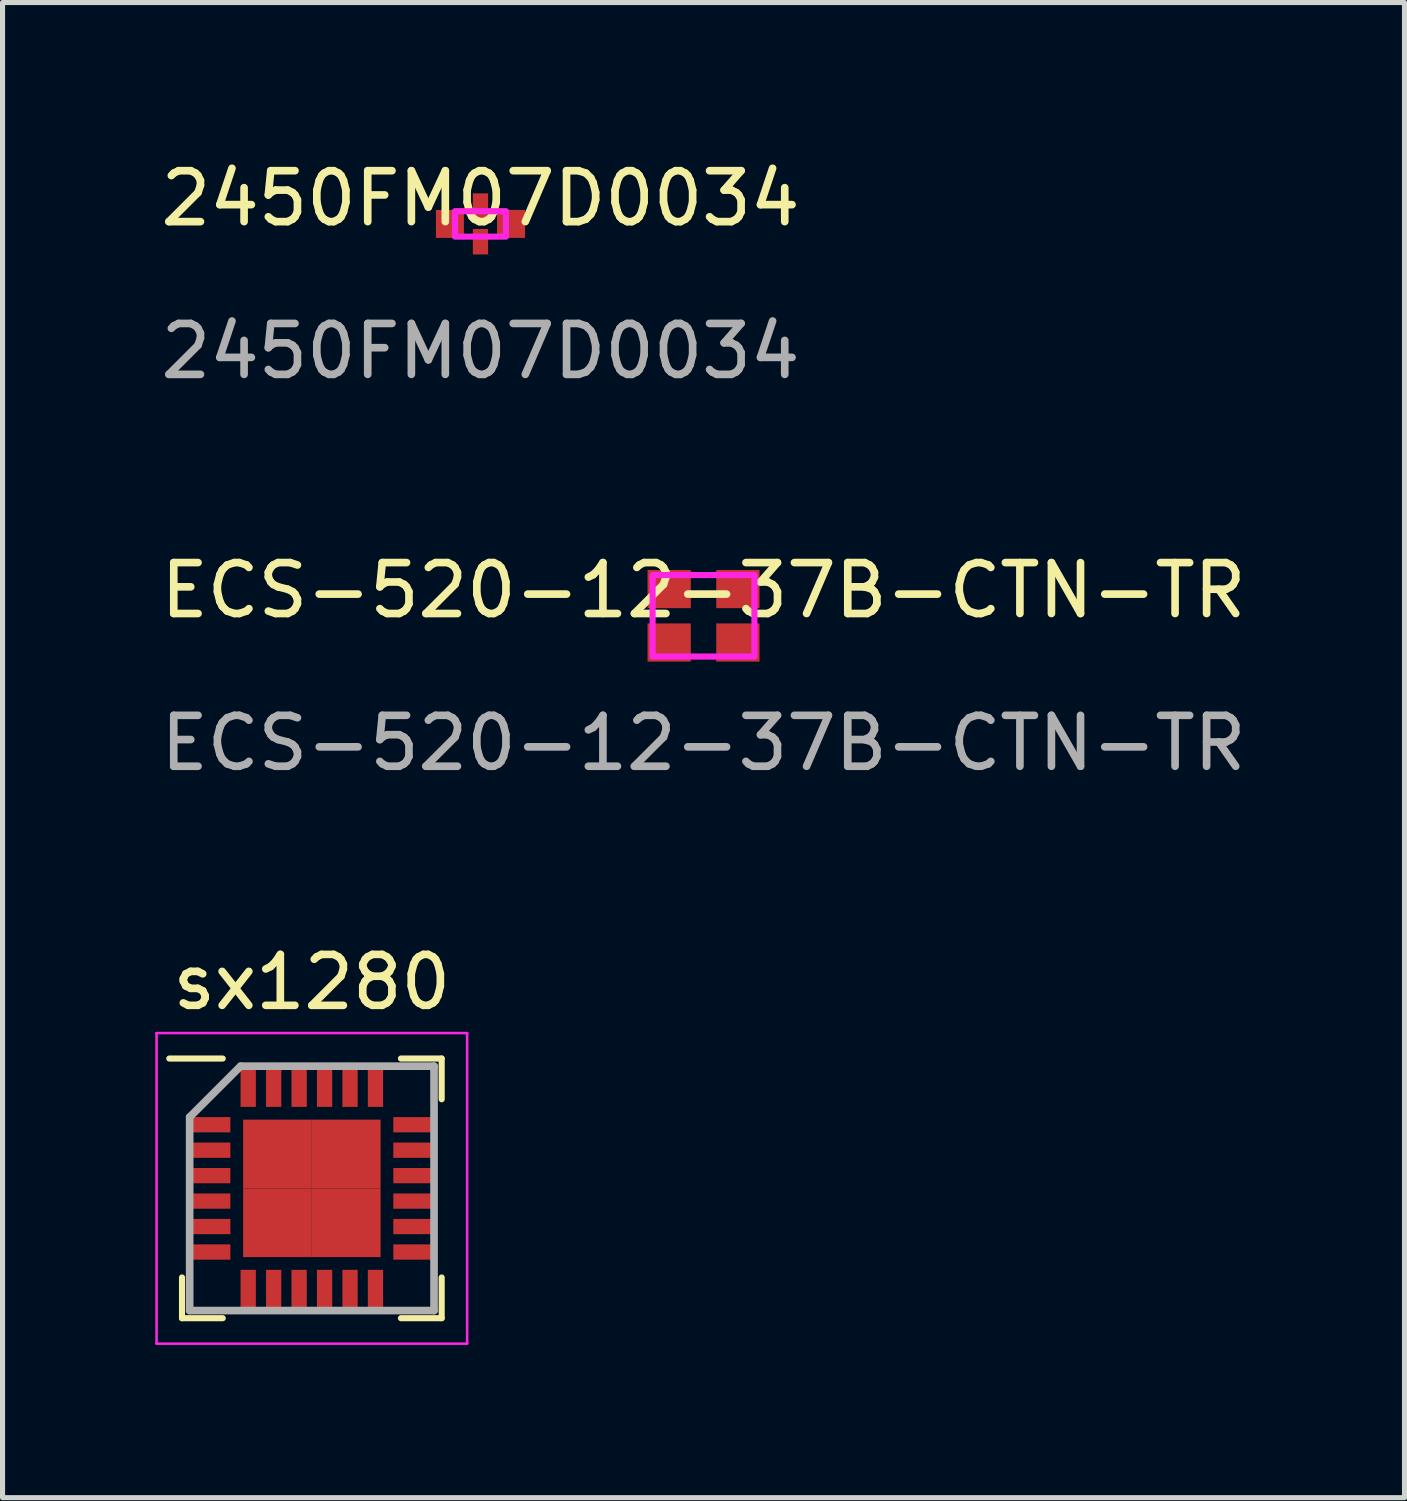
<source format=kicad_pcb>
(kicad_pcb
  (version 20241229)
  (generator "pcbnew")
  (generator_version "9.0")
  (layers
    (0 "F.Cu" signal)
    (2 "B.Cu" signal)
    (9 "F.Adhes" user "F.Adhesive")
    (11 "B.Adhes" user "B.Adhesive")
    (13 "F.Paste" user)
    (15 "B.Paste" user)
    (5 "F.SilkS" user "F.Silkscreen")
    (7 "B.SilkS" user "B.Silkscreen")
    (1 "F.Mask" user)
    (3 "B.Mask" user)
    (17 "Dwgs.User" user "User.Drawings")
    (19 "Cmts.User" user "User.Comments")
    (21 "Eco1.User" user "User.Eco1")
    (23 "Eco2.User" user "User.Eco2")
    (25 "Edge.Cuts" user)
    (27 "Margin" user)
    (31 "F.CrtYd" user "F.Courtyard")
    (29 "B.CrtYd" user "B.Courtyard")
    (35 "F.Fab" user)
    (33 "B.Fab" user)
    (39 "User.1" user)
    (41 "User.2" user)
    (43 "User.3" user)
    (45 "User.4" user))
  (footprint "sx1280"
    (layer "F.Cu")
    (at 3.075 20.291)
    (property "Reference" "sx1280" (at 0 -4.05 0) (layer "F.SilkS") (effects (font (size 1 1) (thickness 0.15))))
    (attr through_hole)
    (fp_line (start -2.55 2.55) (end -2.55 1.75) (stroke (width 0.12) (type default)) (layer "F.SilkS"))
    (fp_line (start -1.75 -2.55) (end -2.8 -2.55) (stroke (width 0.12) (type default)) (layer "F.SilkS"))
    (fp_line (start -1.75 2.55) (end -2.55 2.55) (stroke (width 0.12) (type default)) (layer "F.SilkS"))
    (fp_line (start 1.75 -2.55) (end 2.55 -2.55) (stroke (width 0.12) (type default)) (layer "F.SilkS"))
    (fp_line (start 1.75 2.55) (end 2.55 2.55) (stroke (width 0.12) (type default)) (layer "F.SilkS"))
    (fp_line (start 2.55 -2.55) (end 2.55 -1.75) (stroke (width 0.12) (type default)) (layer "F.SilkS"))
    (fp_line (start 2.55 2.55) (end 2.55 1.75) (stroke (width 0.12) (type default)) (layer "F.SilkS"))
    (fp_line (start -3.05 -3.05) (end 3.05 -3.05) (stroke (width 0.05) (type default)) (layer "F.CrtYd"))
    (fp_line (start -3.05 3.05) (end -3.05 -3.05) (stroke (width 0.05) (type default)) (layer "F.CrtYd"))
    (fp_line (start 3.05 -3.05) (end 3.05 3.05) (stroke (width 0.05) (type default)) (layer "F.CrtYd"))
    (fp_line (start 3.05 3.05) (end -3.05 3.05) (stroke (width 0.05) (type default)) (layer "F.CrtYd"))
    (fp_line (start -2.4 -1.4) (end -2.4 2.4) (stroke (width 0.15) (type default)) (layer "F.Fab"))
    (fp_line (start -2.4 2.4) (end 2.4 2.4) (stroke (width 0.15) (type default)) (layer "F.Fab"))
    (fp_line (start -1.4 -2.4) (end -2.4 -1.4) (stroke (width 0.15) (type default)) (layer "F.Fab"))
    (fp_line (start 2.4 -2.4) (end -1.4 -2.4) (stroke (width 0.15) (type default)) (layer "F.Fab"))
    (fp_line (start 2.4 2.4) (end 2.4 -2.4) (stroke (width 0.15) (type default)) (layer "F.Fab"))
    (pad "1" smd rect (at -2 -1.25 90) (size 0.3 0.8) (layers "F.Cu" "F.Mask" "F.Paste"))
    (pad "2" smd rect (at -2 -0.75 90) (size 0.3 0.8) (layers "F.Cu" "F.Mask" "F.Paste"))
    (pad "3" smd rect (at -2 -0.25 90) (size 0.3 0.8) (layers "F.Cu" "F.Mask" "F.Paste"))
    (pad "4" smd rect (at -2 0.25 90) (size 0.3 0.8) (layers "F.Cu" "F.Mask" "F.Paste"))
    (pad "5" smd rect (at -2 0.75 90) (size 0.3 0.8) (layers "F.Cu" "F.Mask" "F.Paste"))
    (pad "6" smd rect (at -2 1.25 90) (size 0.3 0.8) (layers "F.Cu" "F.Mask" "F.Paste"))
    (pad "7" smd rect (at -1.25 2) (size 0.3 0.8) (layers "F.Cu" "F.Mask" "F.Paste"))
    (pad "8" smd rect (at -0.75 2) (size 0.3 0.8) (layers "F.Cu" "F.Mask" "F.Paste"))
    (pad "9" smd rect (at -0.25 2) (size 0.3 0.8) (layers "F.Cu" "F.Mask" "F.Paste"))
    (pad "10" smd rect (at 0.25 2) (size 0.3 0.8) (layers "F.Cu" "F.Mask" "F.Paste"))
    (pad "11" smd rect (at 0.75 2) (size 0.3 0.8) (layers "F.Cu" "F.Mask" "F.Paste"))
    (pad "12" smd rect (at 1.25 2) (size 0.3 0.8) (layers "F.Cu" "F.Mask" "F.Paste"))
    (pad "13" smd rect (at 2 1.25 90) (size 0.3 0.8) (layers "F.Cu" "F.Mask" "F.Paste"))
    (pad "14" smd rect (at 2 0.75 90) (size 0.3 0.8) (layers "F.Cu" "F.Mask" "F.Paste"))
    (pad "15" smd rect (at 2 0.25 90) (size 0.3 0.8) (layers "F.Cu" "F.Mask" "F.Paste"))
    (pad "16" smd rect (at 2 -0.25 90) (size 0.3 0.8) (layers "F.Cu" "F.Mask" "F.Paste"))
    (pad "17" smd rect (at 2 -0.75 90) (size 0.3 0.8) (layers "F.Cu" "F.Mask" "F.Paste"))
    (pad "18" smd rect (at 2 -1.25 90) (size 0.3 0.8) (layers "F.Cu" "F.Mask" "F.Paste"))
    (pad "19" smd rect (at 1.25 -2) (size 0.3 0.8) (layers "F.Cu" "F.Mask" "F.Paste"))
    (pad "20" smd rect (at 0.75 -2) (size 0.3 0.8) (layers "F.Cu" "F.Mask" "F.Paste"))
    (pad "21" smd rect (at 0.25 -2) (size 0.3 0.8) (layers "F.Cu" "F.Mask" "F.Paste"))
    (pad "22" smd rect (at -0.25 -2) (size 0.3 0.8) (layers "F.Cu" "F.Mask" "F.Paste"))
    (pad "23" smd rect (at -0.75 -2) (size 0.3 0.8) (layers "F.Cu" "F.Mask" "F.Paste"))
    (pad "24" smd rect (at -1.25 -2) (size 0.3 0.8) (layers "F.Cu" "F.Mask" "F.Paste"))
    (pad "25" smd rect (at -0.675 -0.675) (size 1.35 1.35) (layers "F.Cu" "F.Mask" "F.Paste"))
    (pad "25" smd rect (at -0.675 0.675) (size 1.35 1.35) (layers "F.Cu" "F.Mask" "F.Paste"))
    (pad "25" smd rect (at 0.675 -0.675) (size 1.35 1.35) (layers "F.Cu" "F.Mask" "F.Paste"))
    (pad "25" smd rect (at 0.675 0.675) (size 1.35 1.35) (layers "F.Cu" "F.Mask" "F.Paste")))
  (footprint "ECS-520-12-37B-CTN-TR"
    (layer "F.Cu")
    (at 10.768 9.045)
    (property "Reference" "ECS-520-12-37B-CTN-TR" (at 0 -0.5 0) (unlocked yes) (layer "F.SilkS") (effects (font (size 1 1) (thickness 0.15))))
    (attr smd)
    (fp_rect (start 1 0.8) (end -1 -0.8) (stroke (width 0.12) (type default)) (fill no) (layer "F.CrtYd"))
    (fp_text user "${REFERENCE}" (at 0 2.5 0) (unlocked yes) (layer "F.Fab") (effects (font (size 1 1) (thickness 0.15))))
    (pad "1" smd rect (at -0.675 0.525) (size 0.85 0.75) (layers "F.Cu" "F.Mask" "F.Paste"))
    (pad "2" smd rect (at 0.675 0.525) (size 0.85 0.75) (layers "F.Cu" "F.Mask" "F.Paste"))
    (pad "3" smd rect (at 0.675 -0.525) (size 0.85 0.75) (layers "F.Cu" "F.Mask" "F.Paste"))
    (pad "4" smd rect (at -0.675 -0.525) (size 0.85 0.75) (layers "F.Cu" "F.Mask" "F.Paste")))
  (footprint "2450FM07D0034"
    (layer "F.Cu")
    (at 6.387 1.348)
    (property "Reference" "2450FM07D0034" (at 0 -0.5 0) (unlocked yes) (layer "F.SilkS") (effects (font (size 1 1) (thickness 0.15))))
    (attr smd)
    (fp_rect (start 0.5 0.25) (end -0.5 -0.25) (stroke (width 0.12) (type default)) (fill no) (layer "F.CrtYd"))
    (fp_text user "${REFERENCE}" (at 0 2.5 0) (unlocked yes) (layer "F.Fab") (effects (font (size 1 1) (thickness 0.15))))
    (pad "1" smd rect (at -0.6 0) (size 0.55 0.55) (layers "F.Cu" "F.Mask" "F.Paste"))
    (pad "2" smd rect (at 0 0.35) (size 0.3 0.5) (layers "F.Cu" "F.Mask" "F.Paste"))
    (pad "3" smd rect (at 0.6 0) (size 0.55 0.55) (layers "F.Cu" "F.Mask" "F.Paste"))
    (pad "4" smd rect (at 0 -0.35) (size 0.3 0.5) (layers "F.Cu" "F.Mask" "F.Paste")))
  (gr_rect
    (start -3 -3)
    (end 24.536 26.366)
    (stroke (width 0.1) (type default))
    (fill no)
    (layer "Edge.Cuts")))
</source>
